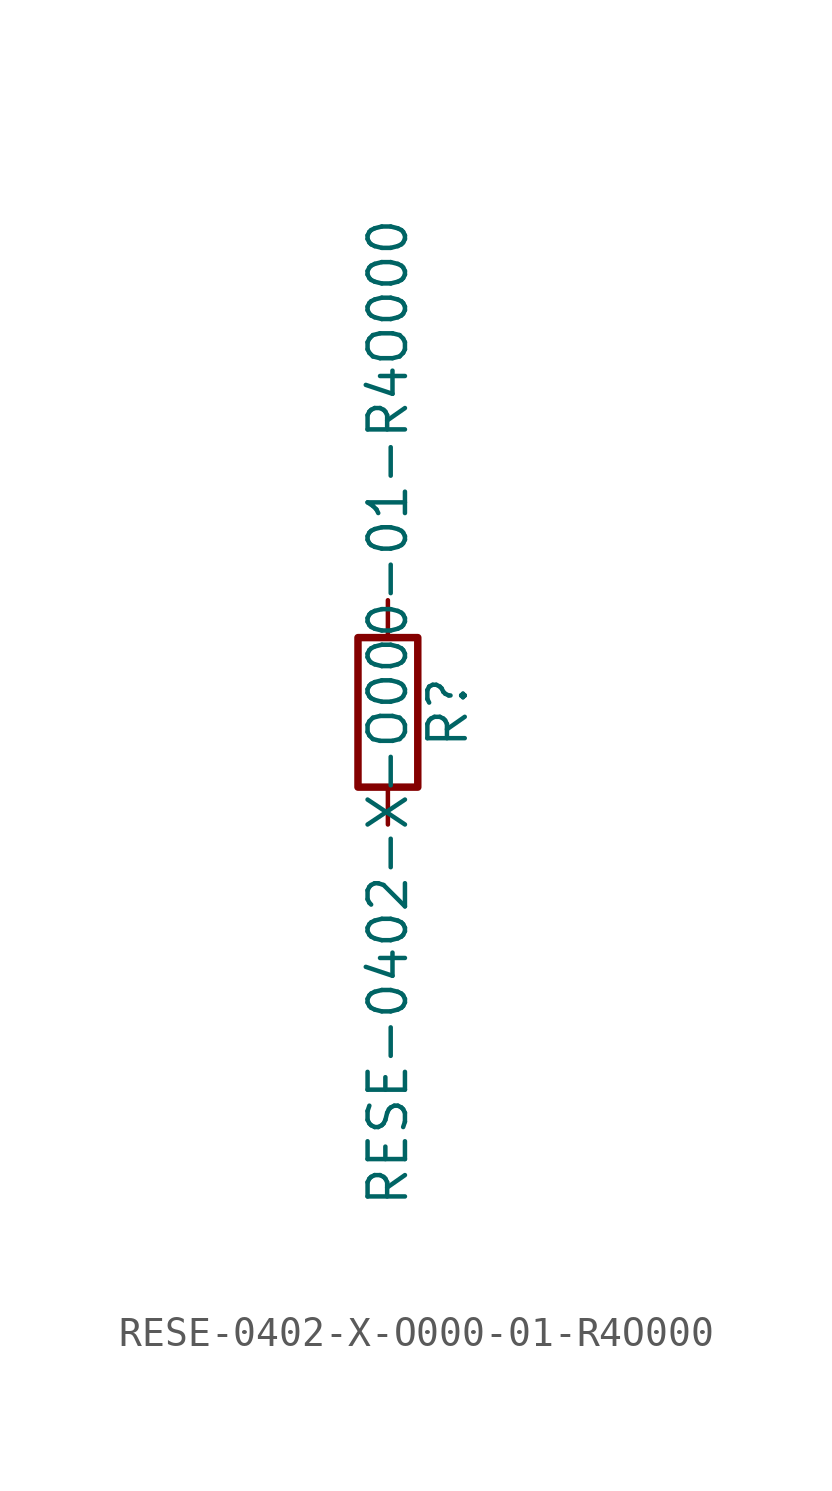
<source format=kicad_sym>
(kicad_symbol_lib
  (version 20211014)
  (generator kicad_symbol_editor)
  (symbol "RESE-0402-X-O000-01-R4O000"
    (pin_numbers hide)
    (pin_names
      (offset 0))
    (property "Reference" "R"
      (at 2.032 0 90)
      (effects (font (size 1.27 1.27))))
    (property "Value" "RESE-0402-X-O000-01-R4O000"
      (at 0 0 90)
      (effects (font (size 1.27 1.27))))
    (symbol "RESE-0402-X-O000-01-R4O000_0_1"
      (rectangle (start -1.016 -2.54) (end 1.016 2.54) (stroke (width 0.254) (type default) (color 0 0 0 0)) (fill (type none))))
    (symbol "RESE-0402-X-O000-01-R4O000_1_1"
      (pin passive line (at 0 3.81 270) (length 1.27) (name "~" (effects (font (size 1.27 1.27)))) (number "1" (effects (font (size 1.27 1.27)))))
      (pin passive line (at 0 -3.81 90) (length 1.27) (name "~" (effects (font (size 1.27 1.27)))) (number "2" (effects (font (size 1.27 1.27))))))))
</source>
